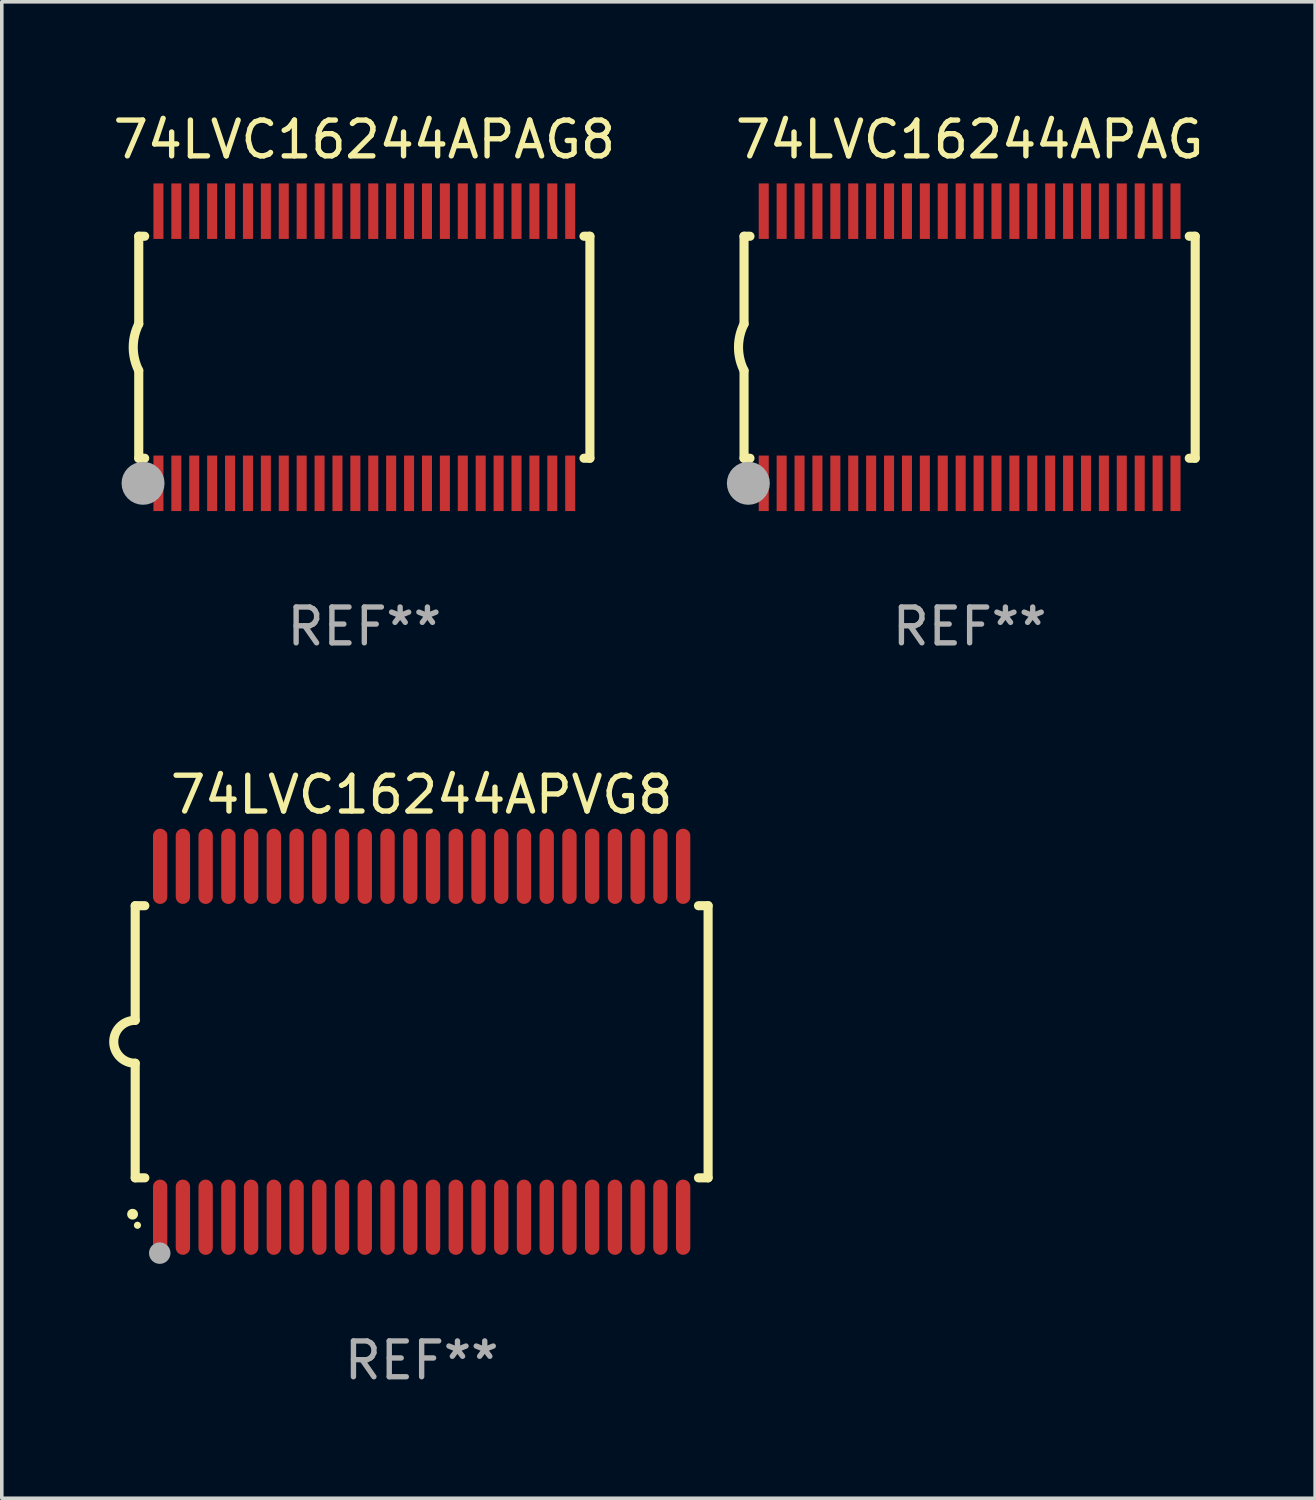
<source format=kicad_pcb>
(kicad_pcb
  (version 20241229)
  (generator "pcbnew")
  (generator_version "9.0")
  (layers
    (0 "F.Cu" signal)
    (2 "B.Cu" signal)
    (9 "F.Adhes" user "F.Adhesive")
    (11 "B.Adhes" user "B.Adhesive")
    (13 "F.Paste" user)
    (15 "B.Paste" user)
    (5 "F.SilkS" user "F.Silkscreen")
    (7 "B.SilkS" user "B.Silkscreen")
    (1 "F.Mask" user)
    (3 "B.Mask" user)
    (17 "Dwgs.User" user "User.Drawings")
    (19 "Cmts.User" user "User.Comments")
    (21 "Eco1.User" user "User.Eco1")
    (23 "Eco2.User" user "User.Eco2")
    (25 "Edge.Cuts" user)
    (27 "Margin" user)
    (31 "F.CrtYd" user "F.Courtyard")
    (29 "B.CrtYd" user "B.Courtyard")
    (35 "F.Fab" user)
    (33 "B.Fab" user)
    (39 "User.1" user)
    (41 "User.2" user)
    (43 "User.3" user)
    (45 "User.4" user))
  (footprint "74LVC16244APAG"
    (layer "F.Cu")
    (at 24.03 6.648)
    (property "Reference" "74LVC16244APAG" (at 0 -5.8 0) (layer "F.SilkS") (effects (font (size 1 1) (thickness 0.15))))
    (attr through_hole)
    (fp_line (start -6.3 -3.1) (end -6.3 -0.65) (stroke (width 0.254) (type solid)) (layer "F.SilkS"))
    (fp_line (start -6.3 -3.1) (end -6.134 -3.1) (stroke (width 0.254) (type solid)) (layer "F.SilkS"))
    (fp_line (start -6.3 3.1) (end -6.3 0.65) (stroke (width 0.254) (type solid)) (layer "F.SilkS"))
    (fp_line (start -6.3 3.1) (end -6.134 3.1) (stroke (width 0.254) (type solid)) (layer "F.SilkS"))
    (fp_line (start 6.134 -3.1) (end 6.3 -3.1) (stroke (width 0.254) (type solid)) (layer "F.SilkS"))
    (fp_line (start 6.134 3.1) (end 6.3 3.1) (stroke (width 0.254) (type solid)) (layer "F.SilkS"))
    (fp_line (start 6.3 -3.1) (end 6.3 3.1) (stroke (width 0.254) (type solid)) (layer "F.SilkS"))
    (fp_arc (start -6.301016 0.650114) (mid -6.45413 -0.000082) (end -6.3 -0.650038) (stroke (width 0.254001) (type solid)) (layer "F.SilkS"))
    (fp_circle (center -6.35 3.81) (end -6.223 3.81) (stroke (width 0.254) (type solid)) (fill no) (layer "F.SilkS"))
    (fp_circle (center -6.25 4.05) (end -6.22 4.05) (stroke (width 0.06) (type solid)) (fill no) (layer "F.SilkS"))
    (fp_circle (center -6.18 3.8) (end -5.88 3.8) (stroke (width 0.6) (type solid)) (fill no) (layer "F.Fab"))
    (fp_text user "REF**" (at 0 7.8 0) (layer "F.Fab") (effects (font (size 1 1) (thickness 0.15))))
    (pad "1" smd rect (at -5.75 3.8) (size 0.28 1.55) (layers "F.Cu" "F.Mask" "F.Paste"))
    (pad "2" smd rect (at -5.25 3.8) (size 0.28 1.55) (layers "F.Cu" "F.Mask" "F.Paste"))
    (pad "3" smd rect (at -4.75 3.8) (size 0.28 1.55) (layers "F.Cu" "F.Mask" "F.Paste"))
    (pad "4" smd rect (at -4.25 3.8) (size 0.28 1.55) (layers "F.Cu" "F.Mask" "F.Paste"))
    (pad "5" smd rect (at -3.75 3.8) (size 0.28 1.55) (layers "F.Cu" "F.Mask" "F.Paste"))
    (pad "6" smd rect (at -3.25 3.8) (size 0.28 1.55) (layers "F.Cu" "F.Mask" "F.Paste"))
    (pad "7" smd rect (at -2.75 3.8) (size 0.28 1.55) (layers "F.Cu" "F.Mask" "F.Paste"))
    (pad "8" smd rect (at -2.25 3.8) (size 0.28 1.55) (layers "F.Cu" "F.Mask" "F.Paste"))
    (pad "9" smd rect (at -1.75 3.8) (size 0.28 1.55) (layers "F.Cu" "F.Mask" "F.Paste"))
    (pad "10" smd rect (at -1.25 3.8) (size 0.28 1.55) (layers "F.Cu" "F.Mask" "F.Paste"))
    (pad "11" smd rect (at -0.75 3.8) (size 0.28 1.55) (layers "F.Cu" "F.Mask" "F.Paste"))
    (pad "12" smd rect (at -0.25 3.8) (size 0.28 1.55) (layers "F.Cu" "F.Mask" "F.Paste"))
    (pad "13" smd rect (at 0.25 3.8) (size 0.28 1.55) (layers "F.Cu" "F.Mask" "F.Paste"))
    (pad "14" smd rect (at 0.75 3.8) (size 0.28 1.55) (layers "F.Cu" "F.Mask" "F.Paste"))
    (pad "15" smd rect (at 1.25 3.8) (size 0.28 1.55) (layers "F.Cu" "F.Mask" "F.Paste"))
    (pad "16" smd rect (at 1.75 3.8) (size 0.28 1.55) (layers "F.Cu" "F.Mask" "F.Paste"))
    (pad "17" smd rect (at 2.25 3.8) (size 0.28 1.55) (layers "F.Cu" "F.Mask" "F.Paste"))
    (pad "18" smd rect (at 2.75 3.8) (size 0.28 1.55) (layers "F.Cu" "F.Mask" "F.Paste"))
    (pad "19" smd rect (at 3.25 3.8) (size 0.28 1.55) (layers "F.Cu" "F.Mask" "F.Paste"))
    (pad "20" smd rect (at 3.75 3.8) (size 0.28 1.55) (layers "F.Cu" "F.Mask" "F.Paste"))
    (pad "21" smd rect (at 4.25 3.8) (size 0.28 1.55) (layers "F.Cu" "F.Mask" "F.Paste"))
    (pad "22" smd rect (at 4.75 3.8) (size 0.28 1.55) (layers "F.Cu" "F.Mask" "F.Paste"))
    (pad "23" smd rect (at 5.25 3.8) (size 0.28 1.55) (layers "F.Cu" "F.Mask" "F.Paste"))
    (pad "24" smd rect (at 5.75 3.8) (size 0.28 1.55) (layers "F.Cu" "F.Mask" "F.Paste"))
    (pad "25" smd rect (at 5.75 -3.8) (size 0.28 1.55) (layers "F.Cu" "F.Mask" "F.Paste"))
    (pad "26" smd rect (at 5.25 -3.8) (size 0.28 1.55) (layers "F.Cu" "F.Mask" "F.Paste"))
    (pad "27" smd rect (at 4.75 -3.8) (size 0.28 1.55) (layers "F.Cu" "F.Mask" "F.Paste"))
    (pad "28" smd rect (at 4.25 -3.8) (size 0.28 1.55) (layers "F.Cu" "F.Mask" "F.Paste"))
    (pad "29" smd rect (at 3.75 -3.8) (size 0.28 1.55) (layers "F.Cu" "F.Mask" "F.Paste"))
    (pad "30" smd rect (at 3.25 -3.8) (size 0.28 1.55) (layers "F.Cu" "F.Mask" "F.Paste"))
    (pad "31" smd rect (at 2.75 -3.8) (size 0.28 1.55) (layers "F.Cu" "F.Mask" "F.Paste"))
    (pad "32" smd rect (at 2.25 -3.8) (size 0.28 1.55) (layers "F.Cu" "F.Mask" "F.Paste"))
    (pad "33" smd rect (at 1.75 -3.8) (size 0.28 1.55) (layers "F.Cu" "F.Mask" "F.Paste"))
    (pad "34" smd rect (at 1.25 -3.8) (size 0.28 1.55) (layers "F.Cu" "F.Mask" "F.Paste"))
    (pad "35" smd rect (at 0.75 -3.8) (size 0.28 1.55) (layers "F.Cu" "F.Mask" "F.Paste"))
    (pad "36" smd rect (at 0.25 -3.8) (size 0.28 1.55) (layers "F.Cu" "F.Mask" "F.Paste"))
    (pad "37" smd rect (at -0.25 -3.8) (size 0.28 1.55) (layers "F.Cu" "F.Mask" "F.Paste"))
    (pad "38" smd rect (at -0.75 -3.8) (size 0.28 1.55) (layers "F.Cu" "F.Mask" "F.Paste"))
    (pad "39" smd rect (at -1.25 -3.8) (size 0.28 1.55) (layers "F.Cu" "F.Mask" "F.Paste"))
    (pad "40" smd rect (at -1.75 -3.8) (size 0.28 1.55) (layers "F.Cu" "F.Mask" "F.Paste"))
    (pad "41" smd rect (at -2.25 -3.8) (size 0.28 1.55) (layers "F.Cu" "F.Mask" "F.Paste"))
    (pad "42" smd rect (at -2.75 -3.8) (size 0.28 1.55) (layers "F.Cu" "F.Mask" "F.Paste"))
    (pad "43" smd rect (at -3.25 -3.8) (size 0.28 1.55) (layers "F.Cu" "F.Mask" "F.Paste"))
    (pad "44" smd rect (at -3.75 -3.8) (size 0.28 1.55) (layers "F.Cu" "F.Mask" "F.Paste"))
    (pad "45" smd rect (at -4.25 -3.8) (size 0.28 1.55) (layers "F.Cu" "F.Mask" "F.Paste"))
    (pad "46" smd rect (at -4.75 -3.8) (size 0.28 1.55) (layers "F.Cu" "F.Mask" "F.Paste"))
    (pad "47" smd rect (at -5.25 -3.8) (size 0.28 1.55) (layers "F.Cu" "F.Mask" "F.Paste"))
    (pad "48" smd rect (at -5.75 -3.8) (size 0.28 1.55) (layers "F.Cu" "F.Mask" "F.Paste")))
  (footprint "74LVC16244APAG8"
    (layer "F.Cu")
    (at 7.125 6.648)
    (property "Reference" "74LVC16244APAG8" (at 0 -5.8 0) (layer "F.SilkS") (effects (font (size 1 1) (thickness 0.15))))
    (attr through_hole)
    (fp_line (start -6.3 -3.1) (end -6.3 -0.65) (stroke (width 0.254) (type solid)) (layer "F.SilkS"))
    (fp_line (start -6.3 -3.1) (end -6.134 -3.1) (stroke (width 0.254) (type solid)) (layer "F.SilkS"))
    (fp_line (start -6.3 3.1) (end -6.3 0.65) (stroke (width 0.254) (type solid)) (layer "F.SilkS"))
    (fp_line (start -6.3 3.1) (end -6.134 3.1) (stroke (width 0.254) (type solid)) (layer "F.SilkS"))
    (fp_line (start 6.134 -3.1) (end 6.3 -3.1) (stroke (width 0.254) (type solid)) (layer "F.SilkS"))
    (fp_line (start 6.134 3.1) (end 6.3 3.1) (stroke (width 0.254) (type solid)) (layer "F.SilkS"))
    (fp_line (start 6.3 -3.1) (end 6.3 3.1) (stroke (width 0.254) (type solid)) (layer "F.SilkS"))
    (fp_arc (start -6.301016 0.650114) (mid -6.45413 -0.000082) (end -6.3 -0.650038) (stroke (width 0.254001) (type solid)) (layer "F.SilkS"))
    (fp_circle (center -6.35 3.81) (end -6.223 3.81) (stroke (width 0.254) (type solid)) (fill no) (layer "F.SilkS"))
    (fp_circle (center -6.25 4.05) (end -6.22 4.05) (stroke (width 0.06) (type solid)) (fill no) (layer "F.SilkS"))
    (fp_circle (center -6.18 3.8) (end -5.88 3.8) (stroke (width 0.6) (type solid)) (fill no) (layer "F.Fab"))
    (fp_text user "REF**" (at 0 7.8 0) (layer "F.Fab") (effects (font (size 1 1) (thickness 0.15))))
    (pad "1" smd rect (at -5.75 3.8) (size 0.28 1.55) (layers "F.Cu" "F.Mask" "F.Paste"))
    (pad "2" smd rect (at -5.25 3.8) (size 0.28 1.55) (layers "F.Cu" "F.Mask" "F.Paste"))
    (pad "3" smd rect (at -4.75 3.8) (size 0.28 1.55) (layers "F.Cu" "F.Mask" "F.Paste"))
    (pad "4" smd rect (at -4.25 3.8) (size 0.28 1.55) (layers "F.Cu" "F.Mask" "F.Paste"))
    (pad "5" smd rect (at -3.75 3.8) (size 0.28 1.55) (layers "F.Cu" "F.Mask" "F.Paste"))
    (pad "6" smd rect (at -3.25 3.8) (size 0.28 1.55) (layers "F.Cu" "F.Mask" "F.Paste"))
    (pad "7" smd rect (at -2.75 3.8) (size 0.28 1.55) (layers "F.Cu" "F.Mask" "F.Paste"))
    (pad "8" smd rect (at -2.25 3.8) (size 0.28 1.55) (layers "F.Cu" "F.Mask" "F.Paste"))
    (pad "9" smd rect (at -1.75 3.8) (size 0.28 1.55) (layers "F.Cu" "F.Mask" "F.Paste"))
    (pad "10" smd rect (at -1.25 3.8) (size 0.28 1.55) (layers "F.Cu" "F.Mask" "F.Paste"))
    (pad "11" smd rect (at -0.75 3.8) (size 0.28 1.55) (layers "F.Cu" "F.Mask" "F.Paste"))
    (pad "12" smd rect (at -0.25 3.8) (size 0.28 1.55) (layers "F.Cu" "F.Mask" "F.Paste"))
    (pad "13" smd rect (at 0.25 3.8) (size 0.28 1.55) (layers "F.Cu" "F.Mask" "F.Paste"))
    (pad "14" smd rect (at 0.75 3.8) (size 0.28 1.55) (layers "F.Cu" "F.Mask" "F.Paste"))
    (pad "15" smd rect (at 1.25 3.8) (size 0.28 1.55) (layers "F.Cu" "F.Mask" "F.Paste"))
    (pad "16" smd rect (at 1.75 3.8) (size 0.28 1.55) (layers "F.Cu" "F.Mask" "F.Paste"))
    (pad "17" smd rect (at 2.25 3.8) (size 0.28 1.55) (layers "F.Cu" "F.Mask" "F.Paste"))
    (pad "18" smd rect (at 2.75 3.8) (size 0.28 1.55) (layers "F.Cu" "F.Mask" "F.Paste"))
    (pad "19" smd rect (at 3.25 3.8) (size 0.28 1.55) (layers "F.Cu" "F.Mask" "F.Paste"))
    (pad "20" smd rect (at 3.75 3.8) (size 0.28 1.55) (layers "F.Cu" "F.Mask" "F.Paste"))
    (pad "21" smd rect (at 4.25 3.8) (size 0.28 1.55) (layers "F.Cu" "F.Mask" "F.Paste"))
    (pad "22" smd rect (at 4.75 3.8) (size 0.28 1.55) (layers "F.Cu" "F.Mask" "F.Paste"))
    (pad "23" smd rect (at 5.25 3.8) (size 0.28 1.55) (layers "F.Cu" "F.Mask" "F.Paste"))
    (pad "24" smd rect (at 5.75 3.8) (size 0.28 1.55) (layers "F.Cu" "F.Mask" "F.Paste"))
    (pad "25" smd rect (at 5.75 -3.8) (size 0.28 1.55) (layers "F.Cu" "F.Mask" "F.Paste"))
    (pad "26" smd rect (at 5.25 -3.8) (size 0.28 1.55) (layers "F.Cu" "F.Mask" "F.Paste"))
    (pad "27" smd rect (at 4.75 -3.8) (size 0.28 1.55) (layers "F.Cu" "F.Mask" "F.Paste"))
    (pad "28" smd rect (at 4.25 -3.8) (size 0.28 1.55) (layers "F.Cu" "F.Mask" "F.Paste"))
    (pad "29" smd rect (at 3.75 -3.8) (size 0.28 1.55) (layers "F.Cu" "F.Mask" "F.Paste"))
    (pad "30" smd rect (at 3.25 -3.8) (size 0.28 1.55) (layers "F.Cu" "F.Mask" "F.Paste"))
    (pad "31" smd rect (at 2.75 -3.8) (size 0.28 1.55) (layers "F.Cu" "F.Mask" "F.Paste"))
    (pad "32" smd rect (at 2.25 -3.8) (size 0.28 1.55) (layers "F.Cu" "F.Mask" "F.Paste"))
    (pad "33" smd rect (at 1.75 -3.8) (size 0.28 1.55) (layers "F.Cu" "F.Mask" "F.Paste"))
    (pad "34" smd rect (at 1.25 -3.8) (size 0.28 1.55) (layers "F.Cu" "F.Mask" "F.Paste"))
    (pad "35" smd rect (at 0.75 -3.8) (size 0.28 1.55) (layers "F.Cu" "F.Mask" "F.Paste"))
    (pad "36" smd rect (at 0.25 -3.8) (size 0.28 1.55) (layers "F.Cu" "F.Mask" "F.Paste"))
    (pad "37" smd rect (at -0.25 -3.8) (size 0.28 1.55) (layers "F.Cu" "F.Mask" "F.Paste"))
    (pad "38" smd rect (at -0.75 -3.8) (size 0.28 1.55) (layers "F.Cu" "F.Mask" "F.Paste"))
    (pad "39" smd rect (at -1.25 -3.8) (size 0.28 1.55) (layers "F.Cu" "F.Mask" "F.Paste"))
    (pad "40" smd rect (at -1.75 -3.8) (size 0.28 1.55) (layers "F.Cu" "F.Mask" "F.Paste"))
    (pad "41" smd rect (at -2.25 -3.8) (size 0.28 1.55) (layers "F.Cu" "F.Mask" "F.Paste"))
    (pad "42" smd rect (at -2.75 -3.8) (size 0.28 1.55) (layers "F.Cu" "F.Mask" "F.Paste"))
    (pad "43" smd rect (at -3.25 -3.8) (size 0.28 1.55) (layers "F.Cu" "F.Mask" "F.Paste"))
    (pad "44" smd rect (at -3.75 -3.8) (size 0.28 1.55) (layers "F.Cu" "F.Mask" "F.Paste"))
    (pad "45" smd rect (at -4.25 -3.8) (size 0.28 1.55) (layers "F.Cu" "F.Mask" "F.Paste"))
    (pad "46" smd rect (at -4.75 -3.8) (size 0.28 1.55) (layers "F.Cu" "F.Mask" "F.Paste"))
    (pad "47" smd rect (at -5.25 -3.8) (size 0.28 1.55) (layers "F.Cu" "F.Mask" "F.Paste"))
    (pad "48" smd rect (at -5.75 -3.8) (size 0.28 1.55) (layers "F.Cu" "F.Mask" "F.Paste")))
  (footprint "74LVC16244APVG8"
    (layer "F.Cu")
    (at 8.726 26.045)
    (property "Reference" "74LVC16244APVG8" (at 0 -6.9 0) (layer "F.SilkS") (effects (font (size 1 1) (thickness 0.15))))
    (attr through_hole)
    (fp_line (start -8 -3.8) (end -8 -0.599) (stroke (width 0.254) (type solid)) (layer "F.SilkS"))
    (fp_line (start -8 -3.8) (end -7.731 -3.8) (stroke (width 0.254) (type solid)) (layer "F.SilkS"))
    (fp_line (start -8 3.8) (end -8 0.599) (stroke (width 0.254) (type solid)) (layer "F.SilkS"))
    (fp_line (start -7.731 3.8) (end -8 3.8) (stroke (width 0.254) (type solid)) (layer "F.SilkS"))
    (fp_line (start 7.731 -3.8) (end 8 -3.8) (stroke (width 0.254) (type solid)) (layer "F.SilkS"))
    (fp_line (start 8 -3.8) (end 8 3.8) (stroke (width 0.254) (type solid)) (layer "F.SilkS"))
    (fp_line (start 8 3.8) (end 7.731 3.8) (stroke (width 0.254) (type solid)) (layer "F.SilkS"))
    (fp_arc (start -8.074676 4.81585) (mid -8.073406 4.815845) (end -8.072136 4.81585) (stroke (width 0.3) (type solid)) (layer "F.SilkS"))
    (fp_arc (start -8.000025 0.6) (mid -8.598908 0.00056) (end -8.000027 -0.598882) (stroke (width 0.254001) (type solid)) (layer "F.SilkS"))
    (fp_circle (center -7.937 5.125) (end -7.887 5.125) (stroke (width 0.1) (type solid)) (fill no) (layer "F.SilkS"))
    (fp_circle (center -7.315 5.903) (end -7.165 5.903) (stroke (width 0.3) (type solid)) (fill no) (layer "F.Fab"))
    (fp_text user "REF**" (at 0 8.9 0) (layer "F.Fab") (effects (font (size 1 1) (thickness 0.15))))
    (pad "1" smd oval (at -7.303 4.9) (size 0.4 2.1) (layers "F.Cu" "F.Mask" "F.Paste"))
    (pad "2" smd oval (at -6.668 4.9) (size 0.4 2.1) (layers "F.Cu" "F.Mask" "F.Paste"))
    (pad "3" smd oval (at -6.033 4.9) (size 0.4 2.1) (layers "F.Cu" "F.Mask" "F.Paste"))
    (pad "4" smd oval (at -5.398 4.9) (size 0.4 2.1) (layers "F.Cu" "F.Mask" "F.Paste"))
    (pad "5" smd oval (at -4.763 4.9) (size 0.4 2.1) (layers "F.Cu" "F.Mask" "F.Paste"))
    (pad "6" smd oval (at -4.128 4.9) (size 0.4 2.1) (layers "F.Cu" "F.Mask" "F.Paste"))
    (pad "7" smd oval (at -3.493 4.9) (size 0.4 2.1) (layers "F.Cu" "F.Mask" "F.Paste"))
    (pad "8" smd oval (at -2.858 4.9) (size 0.4 2.1) (layers "F.Cu" "F.Mask" "F.Paste"))
    (pad "9" smd oval (at -2.223 4.9) (size 0.4 2.1) (layers "F.Cu" "F.Mask" "F.Paste"))
    (pad "10" smd oval (at -1.588 4.9) (size 0.4 2.1) (layers "F.Cu" "F.Mask" "F.Paste"))
    (pad "11" smd oval (at -0.953 4.9) (size 0.4 2.1) (layers "F.Cu" "F.Mask" "F.Paste"))
    (pad "12" smd oval (at -0.318 4.9) (size 0.4 2.1) (layers "F.Cu" "F.Mask" "F.Paste"))
    (pad "13" smd oval (at 0.318 4.9) (size 0.4 2.1) (layers "F.Cu" "F.Mask" "F.Paste"))
    (pad "14" smd oval (at 0.953 4.9) (size 0.4 2.1) (layers "F.Cu" "F.Mask" "F.Paste"))
    (pad "15" smd oval (at 1.588 4.9) (size 0.4 2.1) (layers "F.Cu" "F.Mask" "F.Paste"))
    (pad "16" smd oval (at 2.223 4.9) (size 0.4 2.1) (layers "F.Cu" "F.Mask" "F.Paste"))
    (pad "17" smd oval (at 2.858 4.9) (size 0.4 2.1) (layers "F.Cu" "F.Mask" "F.Paste"))
    (pad "18" smd oval (at 3.493 4.9) (size 0.4 2.1) (layers "F.Cu" "F.Mask" "F.Paste"))
    (pad "19" smd oval (at 4.128 4.9) (size 0.4 2.1) (layers "F.Cu" "F.Mask" "F.Paste"))
    (pad "20" smd oval (at 4.763 4.9) (size 0.4 2.1) (layers "F.Cu" "F.Mask" "F.Paste"))
    (pad "21" smd oval (at 5.398 4.9) (size 0.4 2.1) (layers "F.Cu" "F.Mask" "F.Paste"))
    (pad "22" smd oval (at 6.033 4.9) (size 0.4 2.1) (layers "F.Cu" "F.Mask" "F.Paste"))
    (pad "23" smd oval (at 6.668 4.9) (size 0.4 2.1) (layers "F.Cu" "F.Mask" "F.Paste"))
    (pad "24" smd oval (at 7.303 4.9) (size 0.4 2.1) (layers "F.Cu" "F.Mask" "F.Paste"))
    (pad "25" smd oval (at 7.303 -4.9 180) (size 0.4 2.1) (layers "F.Cu" "F.Mask" "F.Paste"))
    (pad "26" smd oval (at 6.668 -4.9 180) (size 0.4 2.1) (layers "F.Cu" "F.Mask" "F.Paste"))
    (pad "27" smd oval (at 6.033 -4.9 180) (size 0.4 2.1) (layers "F.Cu" "F.Mask" "F.Paste"))
    (pad "28" smd oval (at 5.398 -4.9 180) (size 0.4 2.1) (layers "F.Cu" "F.Mask" "F.Paste"))
    (pad "29" smd oval (at 4.763 -4.9 180) (size 0.4 2.1) (layers "F.Cu" "F.Mask" "F.Paste"))
    (pad "30" smd oval (at 4.128 -4.9 180) (size 0.4 2.1) (layers "F.Cu" "F.Mask" "F.Paste"))
    (pad "31" smd oval (at 3.493 -4.9 180) (size 0.4 2.1) (layers "F.Cu" "F.Mask" "F.Paste"))
    (pad "32" smd oval (at 2.858 -4.9 180) (size 0.4 2.1) (layers "F.Cu" "F.Mask" "F.Paste"))
    (pad "33" smd oval (at 2.223 -4.9 180) (size 0.4 2.1) (layers "F.Cu" "F.Mask" "F.Paste"))
    (pad "34" smd oval (at 1.588 -4.9 180) (size 0.4 2.1) (layers "F.Cu" "F.Mask" "F.Paste"))
    (pad "35" smd oval (at 0.953 -4.9 180) (size 0.4 2.1) (layers "F.Cu" "F.Mask" "F.Paste"))
    (pad "36" smd oval (at 0.318 -4.9 180) (size 0.4 2.1) (layers "F.Cu" "F.Mask" "F.Paste"))
    (pad "37" smd oval (at -0.318 -4.9 180) (size 0.4 2.1) (layers "F.Cu" "F.Mask" "F.Paste"))
    (pad "38" smd oval (at -0.953 -4.9 180) (size 0.4 2.1) (layers "F.Cu" "F.Mask" "F.Paste"))
    (pad "39" smd oval (at -1.588 -4.9 180) (size 0.4 2.1) (layers "F.Cu" "F.Mask" "F.Paste"))
    (pad "40" smd oval (at -2.223 -4.9 180) (size 0.4 2.1) (layers "F.Cu" "F.Mask" "F.Paste"))
    (pad "41" smd oval (at -2.858 -4.9 180) (size 0.4 2.1) (layers "F.Cu" "F.Mask" "F.Paste"))
    (pad "42" smd oval (at -3.493 -4.9 180) (size 0.4 2.1) (layers "F.Cu" "F.Mask" "F.Paste"))
    (pad "43" smd oval (at -4.128 -4.9 180) (size 0.4 2.1) (layers "F.Cu" "F.Mask" "F.Paste"))
    (pad "44" smd oval (at -4.763 -4.9 180) (size 0.4 2.1) (layers "F.Cu" "F.Mask" "F.Paste"))
    (pad "45" smd oval (at -5.398 -4.9 180) (size 0.4 2.1) (layers "F.Cu" "F.Mask" "F.Paste"))
    (pad "46" smd oval (at -6.033 -4.9 180) (size 0.4 2.1) (layers "F.Cu" "F.Mask" "F.Paste"))
    (pad "47" smd oval (at -6.668 -4.9 180) (size 0.4 2.1) (layers "F.Cu" "F.Mask" "F.Paste"))
    (pad "48" smd oval (at -7.303 -4.9 180) (size 0.4 2.1) (layers "F.Cu" "F.Mask" "F.Paste")))
  (gr_rect
    (start -3 -3)
    (end 33.679 38.793)
    (stroke (width 0.1) (type default))
    (fill no)
    (layer "Edge.Cuts")))
</source>
